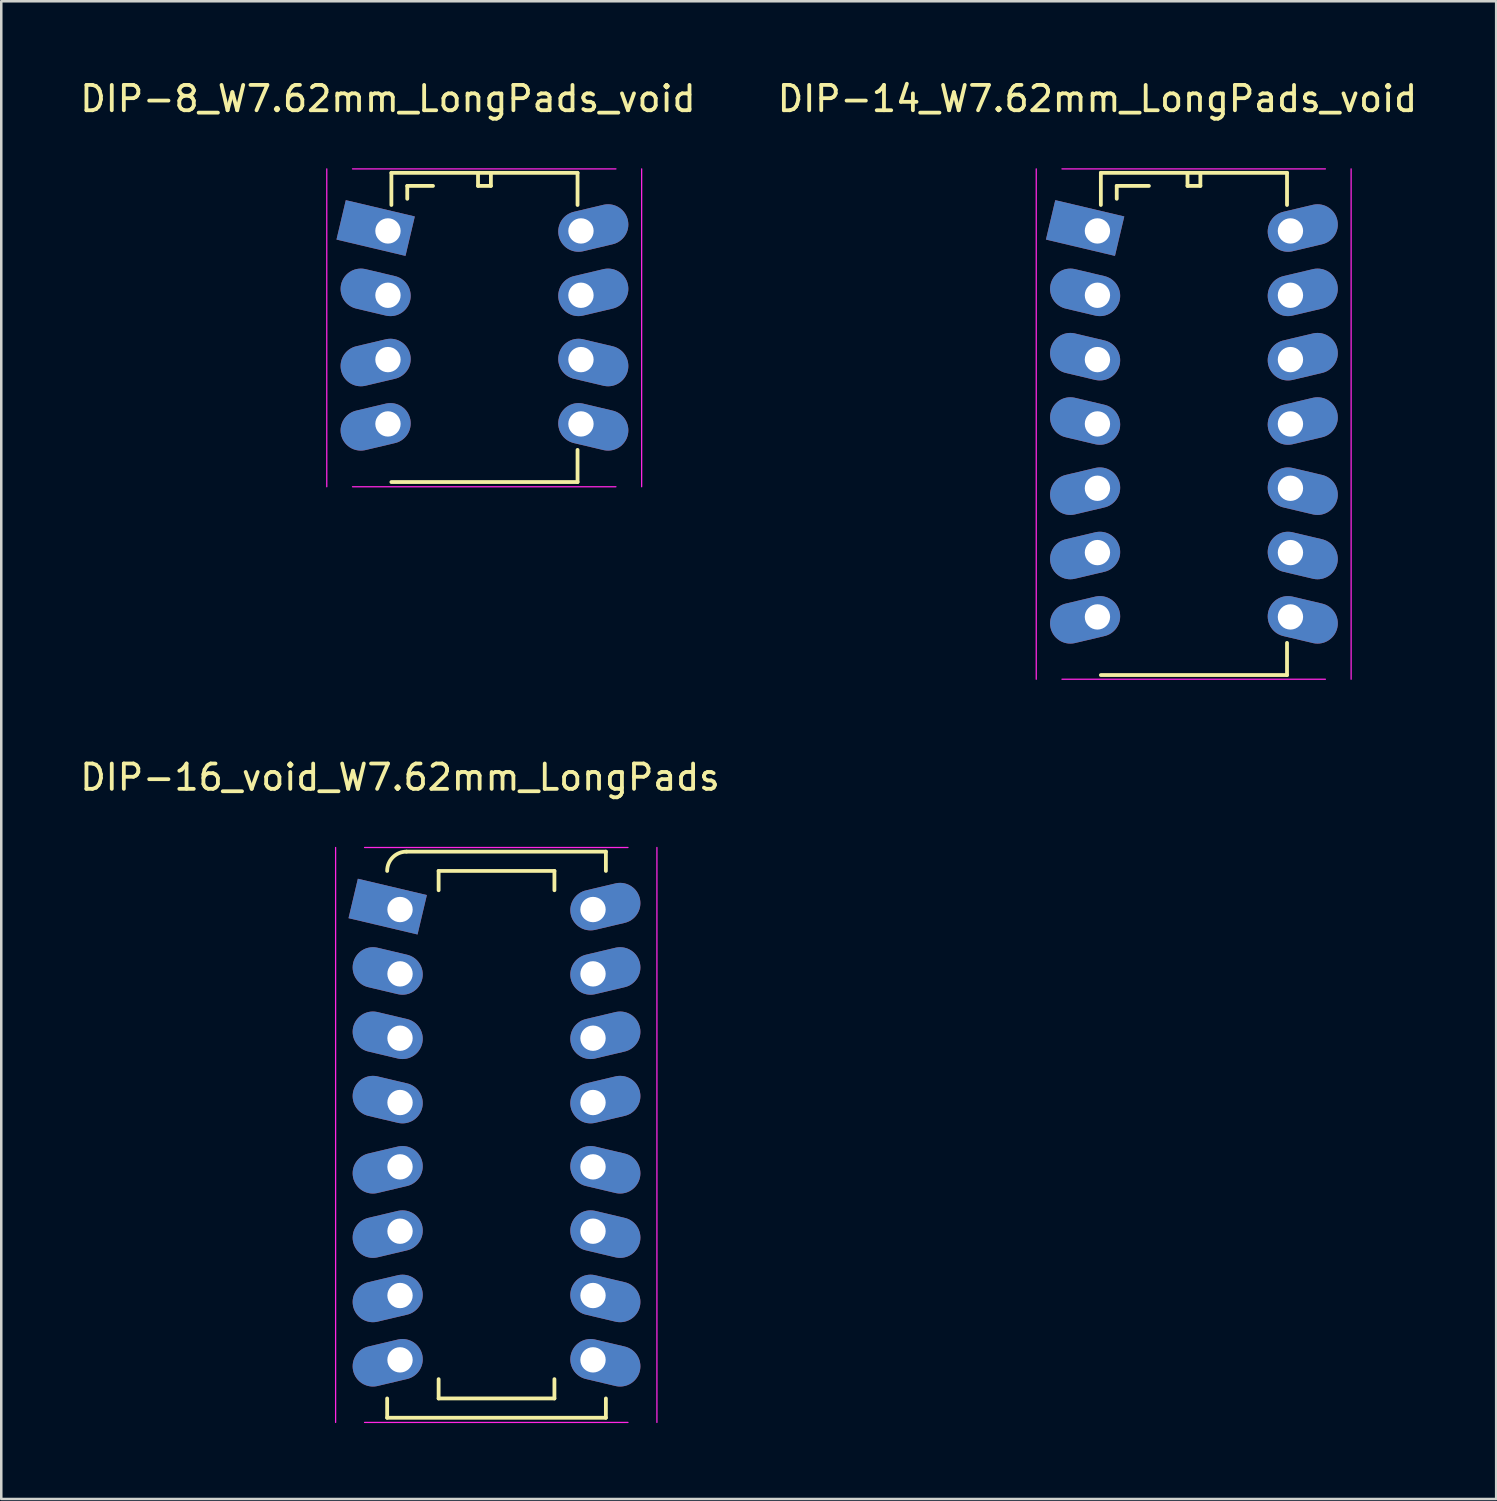
<source format=kicad_pcb>
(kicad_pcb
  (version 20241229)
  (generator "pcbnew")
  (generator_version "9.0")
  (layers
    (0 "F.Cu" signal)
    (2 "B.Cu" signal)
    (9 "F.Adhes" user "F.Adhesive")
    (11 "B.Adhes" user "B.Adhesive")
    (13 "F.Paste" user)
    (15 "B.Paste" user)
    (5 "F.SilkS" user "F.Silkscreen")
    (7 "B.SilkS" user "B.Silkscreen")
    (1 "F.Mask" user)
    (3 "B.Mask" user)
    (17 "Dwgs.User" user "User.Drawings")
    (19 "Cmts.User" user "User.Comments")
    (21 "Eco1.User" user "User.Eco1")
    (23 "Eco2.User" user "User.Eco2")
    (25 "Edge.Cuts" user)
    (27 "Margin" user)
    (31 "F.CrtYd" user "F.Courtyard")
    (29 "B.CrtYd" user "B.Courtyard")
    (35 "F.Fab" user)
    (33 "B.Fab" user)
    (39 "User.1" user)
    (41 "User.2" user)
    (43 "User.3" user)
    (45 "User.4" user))
  (footprint "DIP-14_W7.62mm_LongPads_void"
    (layer "F.Cu")
    (at 40.28 6.068)
    (property "Reference" "DIP-14_W7.62mm_LongPads_void" (at 0 -5.22 0) (layer "F.SilkS") (effects (font (size 1 1) (thickness 0.15))))
    (attr through_hole)
    (fp_line (start 0.135 -2.295) (end 0.135 -1.025) (stroke (width 0.15) (type solid)) (layer "F.SilkS"))
    (fp_line (start 0.135 -2.295) (end 7.485 -2.295) (stroke (width 0.15) (type solid)) (layer "F.SilkS"))
    (fp_line (start 0.135 17.535) (end 7.485 17.535) (stroke (width 0.15) (type solid)) (layer "F.SilkS"))
    (fp_line (start 0.762 -1.778) (end 0.762 -1.27) (stroke (width 0.15) (type solid)) (layer "F.SilkS"))
    (fp_line (start 0.762 -1.778) (end 2.032 -1.778) (stroke (width 0.15) (type solid)) (layer "F.SilkS"))
    (fp_line (start 3.556 -2.286) (end 3.556 -1.778) (stroke (width 0.15) (type solid)) (layer "F.SilkS"))
    (fp_line (start 3.556 -1.778) (end 4.064 -1.778) (stroke (width 0.15) (type solid)) (layer "F.SilkS"))
    (fp_line (start 4.064 -1.778) (end 4.064 -2.286) (stroke (width 0.15) (type solid)) (layer "F.SilkS"))
    (fp_line (start 7.485 -2.295) (end 7.485 -1.025) (stroke (width 0.15) (type solid)) (layer "F.SilkS"))
    (fp_line (start 7.485 17.535) (end 7.485 16.265) (stroke (width 0.15) (type solid)) (layer "F.SilkS"))
    (fp_line (start -2.416 -2.45) (end -2.416 17.7) (stroke (width 0.05) (type solid)) (layer "F.CrtYd"))
    (fp_line (start -1.4 -2.45) (end 9 -2.45) (stroke (width 0.05) (type solid)) (layer "F.CrtYd"))
    (fp_line (start -1.4 17.7) (end 9 17.7) (stroke (width 0.05) (type solid)) (layer "F.CrtYd"))
    (fp_line (start 10.016 -2.45) (end 10.016 17.7) (stroke (width 0.05) (type solid)) (layer "F.CrtYd"))
    (pad "1" thru_hole rect (at 0 0 346.7) (size 2.8 1.6) (drill 1 (offset -0.5 0)) (layers "*.Cu" "*.Mask"))
    (pad "2" thru_hole oval (at 0 2.54 346.7) (size 2.8 1.6) (drill 1 (offset -0.5 0)) (layers "*.Cu" "*.Mask"))
    (pad "3" thru_hole oval (at 0 5.08 346.7) (size 2.8 1.6) (drill 1 (offset -0.5 0)) (layers "*.Cu" "*.Mask"))
    (pad "4" thru_hole oval (at 0 7.62 346.7) (size 2.8 1.6) (drill 1 (offset -0.5 0)) (layers "*.Cu" "*.Mask"))
    (pad "5" thru_hole oval (at 0 10.16 13.3) (size 2.8 1.6) (drill 1 (offset -0.5 0)) (layers "*.Cu" "*.Mask"))
    (pad "6" thru_hole oval (at 0 12.7 13.3) (size 2.8 1.6) (drill 1 (offset -0.5 0)) (layers "*.Cu" "*.Mask"))
    (pad "7" thru_hole oval (at 0 15.24 13.3) (size 2.8 1.6) (drill 1 (offset -0.5 0)) (layers "*.Cu" "*.Mask"))
    (pad "8" thru_hole oval (at 7.62 15.24 346.7) (size 2.8 1.6) (drill 1 (offset 0.5 0)) (layers "*.Cu" "*.Mask"))
    (pad "9" thru_hole oval (at 7.62 12.7 346.7) (size 2.8 1.6) (drill 1 (offset 0.5 0)) (layers "*.Cu" "*.Mask"))
    (pad "10" thru_hole oval (at 7.62 10.16 346.7) (size 2.8 1.6) (drill 1 (offset 0.5 0)) (layers "*.Cu" "*.Mask"))
    (pad "11" thru_hole oval (at 7.62 7.62 13.3) (size 2.8 1.6) (drill 1 (offset 0.5 0)) (layers "*.Cu" "*.Mask"))
    (pad "12" thru_hole oval (at 7.62 5.08 13.3) (size 2.8 1.6) (drill 1 (offset 0.5 0)) (layers "*.Cu" "*.Mask"))
    (pad "13" thru_hole oval (at 7.62 2.54 13.3) (size 2.8 1.6) (drill 1 (offset 0.5 0)) (layers "*.Cu" "*.Mask"))
    (pad "14" thru_hole oval (at 7.62 0 13.3) (size 2.8 1.6) (drill 1 (offset 0.5 0)) (layers "*.Cu" "*.Mask")))
  (footprint "DIP-8_W7.62mm_LongPads_void"
    (layer "F.Cu")
    (at 12.268 6.068)
    (property "Reference" "DIP-8_W7.62mm_LongPads_void" (at 0 -5.22 0) (layer "F.SilkS") (effects (font (size 1 1) (thickness 0.15))))
    (attr through_hole)
    (fp_line (start 0.135 -2.295) (end 0.135 -1.025) (stroke (width 0.15) (type solid)) (layer "F.SilkS"))
    (fp_line (start 0.135 -2.295) (end 7.485 -2.295) (stroke (width 0.15) (type solid)) (layer "F.SilkS"))
    (fp_line (start 0.135 9.915) (end 7.485 9.915) (stroke (width 0.15) (type solid)) (layer "F.SilkS"))
    (fp_line (start 0.762 -1.778) (end 0.762 -1.27) (stroke (width 0.15) (type solid)) (layer "F.SilkS"))
    (fp_line (start 1.778 -1.778) (end 0.762 -1.778) (stroke (width 0.15) (type solid)) (layer "F.SilkS"))
    (fp_line (start 3.556 -2.286) (end 3.556 -1.778) (stroke (width 0.15) (type solid)) (layer "F.SilkS"))
    (fp_line (start 3.556 -1.778) (end 4.064 -1.778) (stroke (width 0.15) (type solid)) (layer "F.SilkS"))
    (fp_line (start 4.064 -1.778) (end 4.064 -2.286) (stroke (width 0.15) (type solid)) (layer "F.SilkS"))
    (fp_line (start 7.485 -2.295) (end 7.485 -1.025) (stroke (width 0.15) (type solid)) (layer "F.SilkS"))
    (fp_line (start 7.485 9.915) (end 7.485 8.645) (stroke (width 0.15) (type solid)) (layer "F.SilkS"))
    (fp_line (start -2.416 -2.45) (end -2.416 10.1) (stroke (width 0.05) (type solid)) (layer "F.CrtYd"))
    (fp_line (start -1.4 -2.45) (end 9 -2.45) (stroke (width 0.05) (type solid)) (layer "F.CrtYd"))
    (fp_line (start -1.4 10.1) (end 9 10.1) (stroke (width 0.05) (type solid)) (layer "F.CrtYd"))
    (fp_line (start 10.016 -2.45) (end 10.016 10.1) (stroke (width 0.05) (type solid)) (layer "F.CrtYd"))
    (pad "1" thru_hole rect (at 0 0 346.7) (size 2.8 1.6) (drill 1 (offset -0.5 0)) (layers "*.Cu" "*.Mask"))
    (pad "2" thru_hole oval (at 0 2.54 346.7) (size 2.8 1.6) (drill 1 (offset -0.5 0)) (layers "*.Cu" "*.Mask"))
    (pad "3" thru_hole oval (at 0 5.08 13.3) (size 2.8 1.6) (drill 1 (offset -0.5 0)) (layers "*.Cu" "*.Mask"))
    (pad "4" thru_hole oval (at 0 7.62 13.3) (size 2.8 1.6) (drill 1 (offset -0.5 0)) (layers "*.Cu" "*.Mask"))
    (pad "5" thru_hole oval (at 7.62 7.62 346.7) (size 2.8 1.6) (drill 1 (offset 0.5 0)) (layers "*.Cu" "*.Mask"))
    (pad "6" thru_hole oval (at 7.62 5.08 346.7) (size 2.8 1.6) (drill 1 (offset 0.5 0)) (layers "*.Cu" "*.Mask"))
    (pad "7" thru_hole oval (at 7.62 2.54 13.3) (size 2.8 1.6) (drill 1 (offset 0.5 0)) (layers "*.Cu" "*.Mask"))
    (pad "8" thru_hole oval (at 7.62 0 13.3) (size 2.8 1.6) (drill 1 (offset 0.5 0)) (layers "*.Cu" "*.Mask")))
  (footprint "DIP-16_void_W7.62mm_LongPads"
    (layer "F.Cu")
    (at 12.744 32.861)
    (property "Reference" "DIP-16_void_W7.62mm_LongPads" (at 0 -5.22 0) (layer "F.SilkS") (effects (font (size 1 1) (thickness 0.15))))
    (attr through_hole)
    (fp_line (start -0.508 20.066) (end -0.508 19.304) (stroke (width 0.15) (type solid)) (layer "F.SilkS"))
    (fp_line (start 0.254 -2.286) (end 8.128 -2.286) (stroke (width 0.15) (type solid)) (layer "F.SilkS"))
    (fp_line (start 1.524 -1.524) (end 1.524 -0.762) (stroke (width 0.15) (type solid)) (layer "F.SilkS"))
    (fp_line (start 1.524 19.304) (end 1.524 18.542) (stroke (width 0.15) (type solid)) (layer "F.SilkS"))
    (fp_line (start 1.524 19.304) (end 6.096 19.304) (stroke (width 0.15) (type solid)) (layer "F.SilkS"))
    (fp_line (start 6.096 -1.524) (end 1.524 -1.524) (stroke (width 0.15) (type solid)) (layer "F.SilkS"))
    (fp_line (start 6.096 -1.524) (end 6.096 -0.762) (stroke (width 0.15) (type solid)) (layer "F.SilkS"))
    (fp_line (start 6.096 19.304) (end 6.096 18.542) (stroke (width 0.15) (type solid)) (layer "F.SilkS"))
    (fp_line (start 8.128 -2.286) (end 8.128 -1.524) (stroke (width 0.15) (type solid)) (layer "F.SilkS"))
    (fp_line (start 8.128 19.304) (end 8.128 20.066) (stroke (width 0.15) (type solid)) (layer "F.SilkS"))
    (fp_line (start 8.128 20.066) (end -0.508 20.066) (stroke (width 0.15) (type solid)) (layer "F.SilkS"))
    (fp_arc (start -0.508 -1.524) (mid -0.284815 -2.062815) (end 0.254 -2.286) (stroke (width 0.15) (type solid)) (layer "F.SilkS"))
    (fp_line (start -2.543 -2.45) (end -2.543 20.25) (stroke (width 0.05) (type solid)) (layer "F.CrtYd"))
    (fp_line (start -1.4 -2.45) (end 9 -2.45) (stroke (width 0.05) (type solid)) (layer "F.CrtYd"))
    (fp_line (start -1.4 20.25) (end 9 20.25) (stroke (width 0.05) (type solid)) (layer "F.CrtYd"))
    (fp_line (start 10.143 -2.45) (end 10.143 20.25) (stroke (width 0.05) (type solid)) (layer "F.CrtYd"))
    (pad "1" thru_hole rect (at 0 0 346.7) (size 2.8 1.6) (drill 1 (offset -0.5 0)) (layers "*.Cu" "*.Mask"))
    (pad "2" thru_hole oval (at 0 2.54 346.7) (size 2.8 1.6) (drill 1 (offset -0.5 0)) (layers "*.Cu" "*.Mask"))
    (pad "3" thru_hole oval (at 0 5.08 346.7) (size 2.8 1.6) (drill 1 (offset -0.5 0)) (layers "*.Cu" "*.Mask"))
    (pad "4" thru_hole oval (at 0 7.62 346.7) (size 2.8 1.6) (drill 1 (offset -0.5 0)) (layers "*.Cu" "*.Mask"))
    (pad "5" thru_hole oval (at 0 10.16 13.3) (size 2.8 1.6) (drill 1 (offset -0.5 0)) (layers "*.Cu" "*.Mask"))
    (pad "6" thru_hole oval (at 0 12.7 13.3) (size 2.8 1.6) (drill 1 (offset -0.5 0)) (layers "*.Cu" "*.Mask"))
    (pad "7" thru_hole oval (at 0 15.24 13.3) (size 2.8 1.6) (drill 1 (offset -0.5 0)) (layers "*.Cu" "*.Mask"))
    (pad "8" thru_hole oval (at 0 17.78 13.3) (size 2.8 1.6) (drill 1 (offset -0.5 0)) (layers "*.Cu" "*.Mask"))
    (pad "9" thru_hole oval (at 7.62 17.78 346.7) (size 2.8 1.6) (drill 1 (offset 0.5 0)) (layers "*.Cu" "*.Mask"))
    (pad "10" thru_hole oval (at 7.62 15.24 346.7) (size 2.8 1.6) (drill 1 (offset 0.5 0)) (layers "*.Cu" "*.Mask"))
    (pad "11" thru_hole oval (at 7.62 12.7 346.7) (size 2.8 1.6) (drill 1 (offset 0.5 0)) (layers "*.Cu" "*.Mask"))
    (pad "12" thru_hole oval (at 7.62 10.16 346.7) (size 2.8 1.6) (drill 1 (offset 0.5 0)) (layers "*.Cu" "*.Mask"))
    (pad "13" thru_hole oval (at 7.62 7.62 13.3) (size 2.8 1.6) (drill 1 (offset 0.5 0)) (layers "*.Cu" "*.Mask"))
    (pad "14" thru_hole oval (at 7.62 5.08 13.3) (size 2.8 1.6) (drill 1 (offset 0.5 0)) (layers "*.Cu" "*.Mask"))
    (pad "15" thru_hole oval (at 7.62 2.54 13.3) (size 2.8 1.6) (drill 1 (offset 0.5 0)) (layers "*.Cu" "*.Mask"))
    (pad "16" thru_hole oval (at 7.62 0 13.3) (size 2.8 1.6) (drill 1 (offset 0.5 0)) (layers "*.Cu" "*.Mask")))
  (gr_rect
    (start -3 -3)
    (end 56.024 56.136)
    (stroke (width 0.1) (type default))
    (fill no)
    (layer "Edge.Cuts")))
</source>
